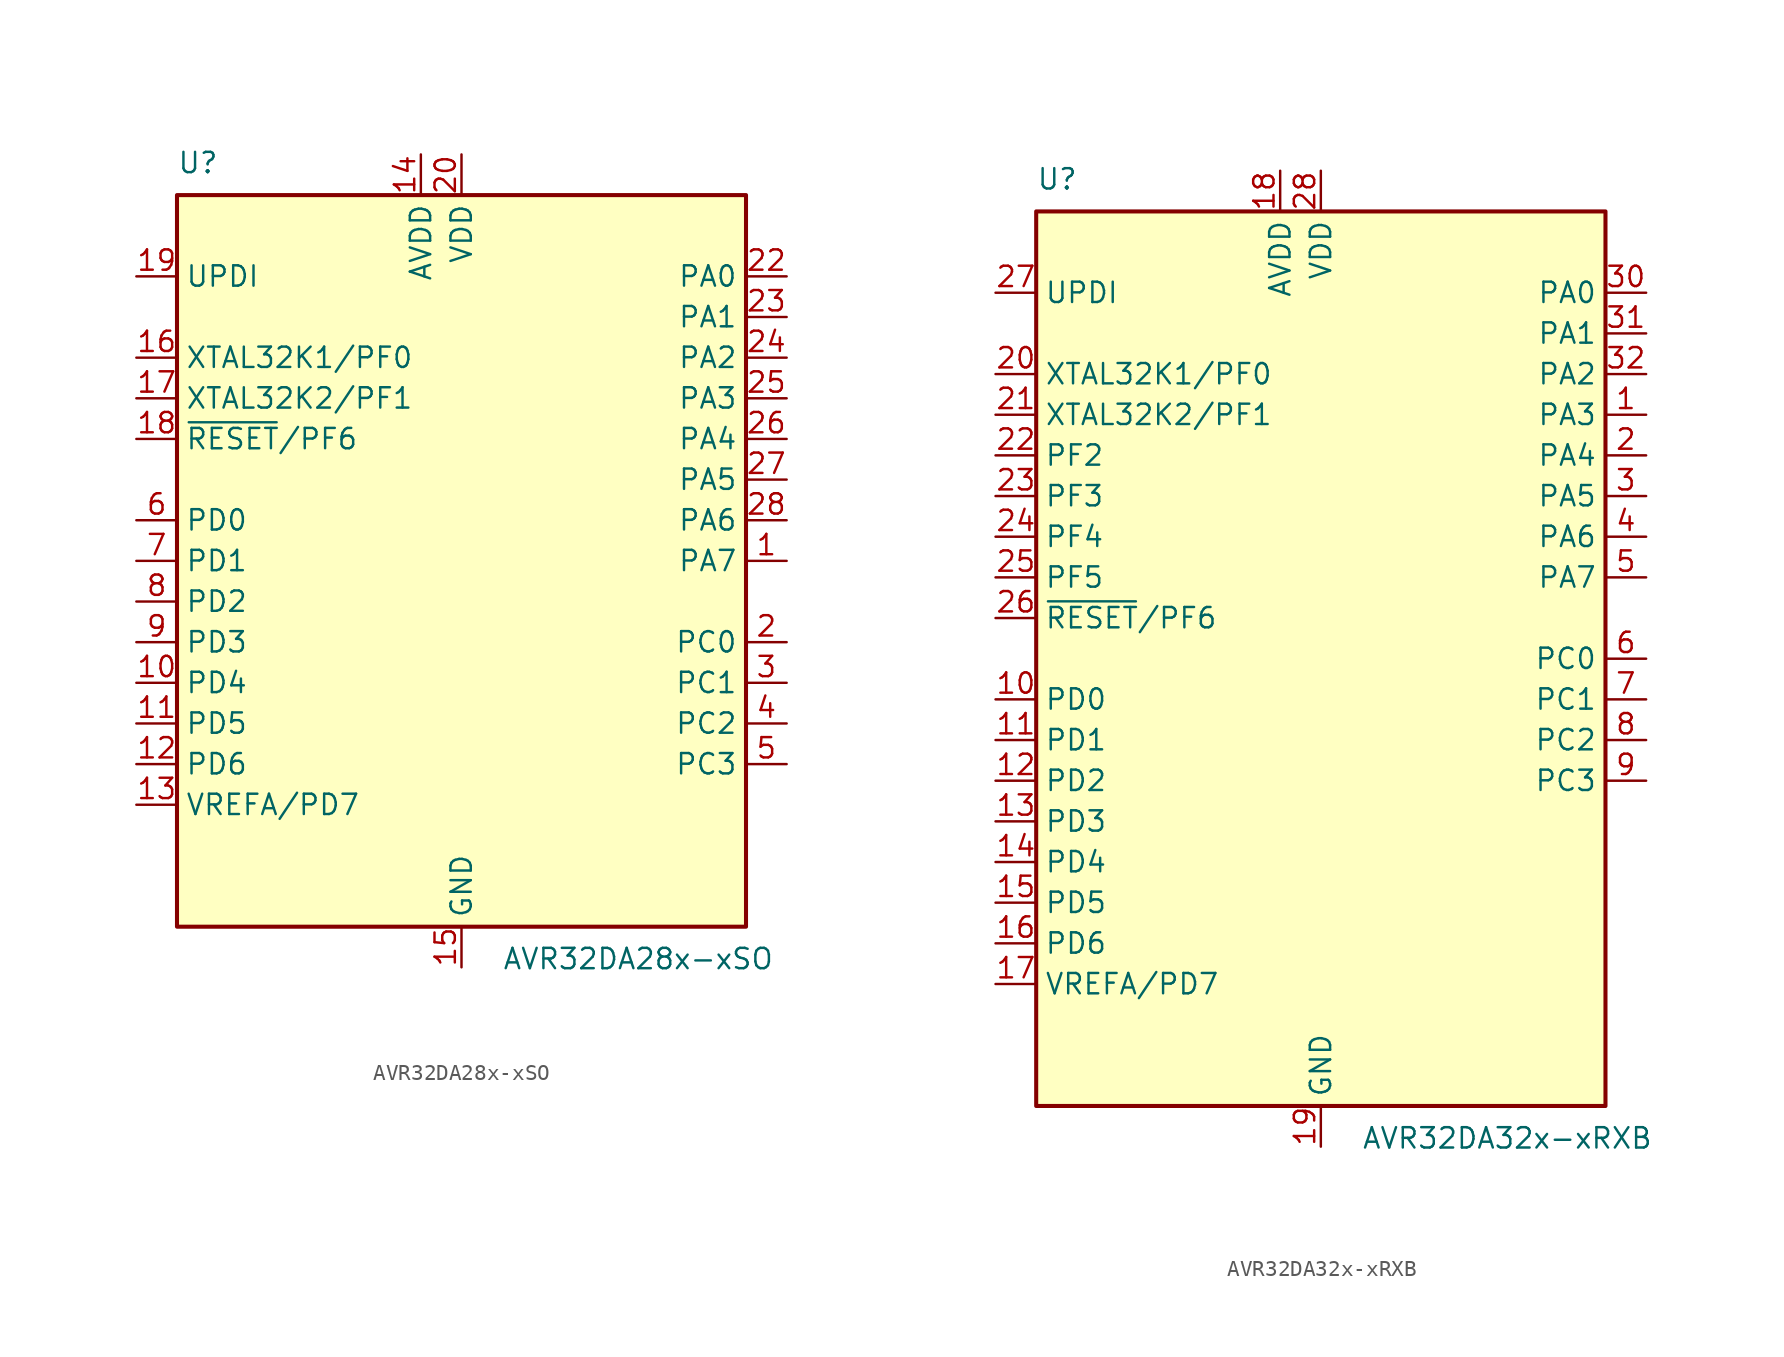
<source format=kicad_sym>
(kicad_symbol_lib
  (version 20241209)
  (generator "kicad_symbol_editor")
  (generator_version "9.0")
  (symbol "AVR32DA28x-xSO"
    (property "Reference" "U"
      (at -17.78 24.13 0)
      (effects (font (size 1.27 1.27)) (justify left bottom)))
    (property "Value" "AVR32DA28x-xSO"
      (at 2.54 -24.13 0)
      (effects (font (size 1.27 1.27)) (justify left top)))
    (symbol "AVR32DA28x-xSO_0_1"
      (rectangle (start -17.78 22.86) (end 17.78 -22.86) (stroke (width 0.254) (type default)) (fill (type background))))
    (symbol "AVR32DA28x-xSO_1_1"
      (pin input line (at -20.32 17.78 0) (length 2.54) (name "UPDI" (effects (font (size 1.27 1.27)))) (number "19" (effects (font (size 1.27 1.27)))))
      (pin bidirectional line (at -20.32 12.7 0) (length 2.54) (name "XTAL32K1/PF0" (effects (font (size 1.27 1.27)))) (number "16" (effects (font (size 1.27 1.27)))))
      (pin bidirectional line (at -20.32 10.16 0) (length 2.54) (name "XTAL32K2/PF1" (effects (font (size 1.27 1.27)))) (number "17" (effects (font (size 1.27 1.27)))))
      (pin bidirectional line (at -20.32 7.62 0) (length 2.54) (name "~{RESET}/PF6" (effects (font (size 1.27 1.27)))) (number "18" (effects (font (size 1.27 1.27)))))
      (pin bidirectional line (at -20.32 2.54 0) (length 2.54) (name "PD0" (effects (font (size 1.27 1.27)))) (number "6" (effects (font (size 1.27 1.27)))))
      (pin bidirectional line (at -20.32 0 0) (length 2.54) (name "PD1" (effects (font (size 1.27 1.27)))) (number "7" (effects (font (size 1.27 1.27)))))
      (pin bidirectional line (at -20.32 -2.54 0) (length 2.54) (name "PD2" (effects (font (size 1.27 1.27)))) (number "8" (effects (font (size 1.27 1.27)))))
      (pin bidirectional line (at -20.32 -5.08 0) (length 2.54) (name "PD3" (effects (font (size 1.27 1.27)))) (number "9" (effects (font (size 1.27 1.27)))))
      (pin bidirectional line (at -20.32 -7.62 0) (length 2.54) (name "PD4" (effects (font (size 1.27 1.27)))) (number "10" (effects (font (size 1.27 1.27)))))
      (pin bidirectional line (at -20.32 -10.16 0) (length 2.54) (name "PD5" (effects (font (size 1.27 1.27)))) (number "11" (effects (font (size 1.27 1.27)))))
      (pin bidirectional line (at -20.32 -12.7 0) (length 2.54) (name "PD6" (effects (font (size 1.27 1.27)))) (number "12" (effects (font (size 1.27 1.27)))))
      (pin bidirectional line (at -20.32 -15.24 0) (length 2.54) (name "VREFA/PD7" (effects (font (size 1.27 1.27)))) (number "13" (effects (font (size 1.27 1.27)))))
      (pin power_in line (at -2.54 25.4 270) (length 2.54) (name "AVDD" (effects (font (size 1.27 1.27)))) (number "14" (effects (font (size 1.27 1.27)))))
      (pin power_in line (at 0 25.4 270) (length 2.54) (name "VDD" (effects (font (size 1.27 1.27)))) (number "20" (effects (font (size 1.27 1.27)))))
      (pin power_in line (at 0 -25.4 90) (length 2.54) (name "GND" (effects (font (size 1.27 1.27)))) (number "15" (effects (font (size 1.27 1.27)))))
      (pin passive line (at 0 -25.4 90) (length 2.54) (hide yes) (name "GND" (effects (font (size 1.27 1.27)))) (number "21" (effects (font (size 1.27 1.27)))))
      (pin bidirectional line (at 20.32 17.78 180) (length 2.54) (name "PA0" (effects (font (size 1.27 1.27)))) (number "22" (effects (font (size 1.27 1.27)))))
      (pin bidirectional line (at 20.32 15.24 180) (length 2.54) (name "PA1" (effects (font (size 1.27 1.27)))) (number "23" (effects (font (size 1.27 1.27)))))
      (pin bidirectional line (at 20.32 12.7 180) (length 2.54) (name "PA2" (effects (font (size 1.27 1.27)))) (number "24" (effects (font (size 1.27 1.27)))))
      (pin bidirectional line (at 20.32 10.16 180) (length 2.54) (name "PA3" (effects (font (size 1.27 1.27)))) (number "25" (effects (font (size 1.27 1.27)))))
      (pin bidirectional line (at 20.32 7.62 180) (length 2.54) (name "PA4" (effects (font (size 1.27 1.27)))) (number "26" (effects (font (size 1.27 1.27)))))
      (pin bidirectional line (at 20.32 5.08 180) (length 2.54) (name "PA5" (effects (font (size 1.27 1.27)))) (number "27" (effects (font (size 1.27 1.27)))))
      (pin bidirectional line (at 20.32 2.54 180) (length 2.54) (name "PA6" (effects (font (size 1.27 1.27)))) (number "28" (effects (font (size 1.27 1.27)))))
      (pin bidirectional line (at 20.32 0 180) (length 2.54) (name "PA7" (effects (font (size 1.27 1.27)))) (number "1" (effects (font (size 1.27 1.27)))))
      (pin bidirectional line (at 20.32 -5.08 180) (length 2.54) (name "PC0" (effects (font (size 1.27 1.27)))) (number "2" (effects (font (size 1.27 1.27)))))
      (pin bidirectional line (at 20.32 -7.62 180) (length 2.54) (name "PC1" (effects (font (size 1.27 1.27)))) (number "3" (effects (font (size 1.27 1.27)))))
      (pin bidirectional line (at 20.32 -10.16 180) (length 2.54) (name "PC2" (effects (font (size 1.27 1.27)))) (number "4" (effects (font (size 1.27 1.27)))))
      (pin bidirectional line (at 20.32 -12.7 180) (length 2.54) (name "PC3" (effects (font (size 1.27 1.27)))) (number "5" (effects (font (size 1.27 1.27)))))))
  (symbol "AVR32DA32x-xRXB"
    (property "Reference" "U"
      (at -17.78 29.21 0)
      (effects (font (size 1.27 1.27)) (justify left bottom)))
    (property "Value" "AVR32DA32x-xRXB"
      (at 2.54 -29.21 0)
      (effects (font (size 1.27 1.27)) (justify left top)))
    (symbol "AVR32DA32x-xRXB_0_1"
      (rectangle (start -17.78 27.94) (end 17.78 -27.94) (stroke (width 0.254) (type default)) (fill (type background))))
    (symbol "AVR32DA32x-xRXB_1_1"
      (pin input line (at -20.32 22.86 0) (length 2.54) (name "UPDI" (effects (font (size 1.27 1.27)))) (number "27" (effects (font (size 1.27 1.27)))))
      (pin bidirectional line (at -20.32 17.78 0) (length 2.54) (name "XTAL32K1/PF0" (effects (font (size 1.27 1.27)))) (number "20" (effects (font (size 1.27 1.27)))))
      (pin bidirectional line (at -20.32 15.24 0) (length 2.54) (name "XTAL32K2/PF1" (effects (font (size 1.27 1.27)))) (number "21" (effects (font (size 1.27 1.27)))))
      (pin bidirectional line (at -20.32 12.7 0) (length 2.54) (name "PF2" (effects (font (size 1.27 1.27)))) (number "22" (effects (font (size 1.27 1.27)))))
      (pin bidirectional line (at -20.32 10.16 0) (length 2.54) (name "PF3" (effects (font (size 1.27 1.27)))) (number "23" (effects (font (size 1.27 1.27)))))
      (pin bidirectional line (at -20.32 7.62 0) (length 2.54) (name "PF4" (effects (font (size 1.27 1.27)))) (number "24" (effects (font (size 1.27 1.27)))))
      (pin bidirectional line (at -20.32 5.08 0) (length 2.54) (name "PF5" (effects (font (size 1.27 1.27)))) (number "25" (effects (font (size 1.27 1.27)))))
      (pin bidirectional line (at -20.32 2.54 0) (length 2.54) (name "~{RESET}/PF6" (effects (font (size 1.27 1.27)))) (number "26" (effects (font (size 1.27 1.27)))))
      (pin bidirectional line (at -20.32 -2.54 0) (length 2.54) (name "PD0" (effects (font (size 1.27 1.27)))) (number "10" (effects (font (size 1.27 1.27)))))
      (pin bidirectional line (at -20.32 -5.08 0) (length 2.54) (name "PD1" (effects (font (size 1.27 1.27)))) (number "11" (effects (font (size 1.27 1.27)))))
      (pin bidirectional line (at -20.32 -7.62 0) (length 2.54) (name "PD2" (effects (font (size 1.27 1.27)))) (number "12" (effects (font (size 1.27 1.27)))))
      (pin bidirectional line (at -20.32 -10.16 0) (length 2.54) (name "PD3" (effects (font (size 1.27 1.27)))) (number "13" (effects (font (size 1.27 1.27)))))
      (pin bidirectional line (at -20.32 -12.7 0) (length 2.54) (name "PD4" (effects (font (size 1.27 1.27)))) (number "14" (effects (font (size 1.27 1.27)))))
      (pin bidirectional line (at -20.32 -15.24 0) (length 2.54) (name "PD5" (effects (font (size 1.27 1.27)))) (number "15" (effects (font (size 1.27 1.27)))))
      (pin bidirectional line (at -20.32 -17.78 0) (length 2.54) (name "PD6" (effects (font (size 1.27 1.27)))) (number "16" (effects (font (size 1.27 1.27)))))
      (pin bidirectional line (at -20.32 -20.32 0) (length 2.54) (name "VREFA/PD7" (effects (font (size 1.27 1.27)))) (number "17" (effects (font (size 1.27 1.27)))))
      (pin power_in line (at -2.54 30.48 270) (length 2.54) (name "AVDD" (effects (font (size 1.27 1.27)))) (number "18" (effects (font (size 1.27 1.27)))))
      (pin power_in line (at 0 30.48 270) (length 2.54) (name "VDD" (effects (font (size 1.27 1.27)))) (number "28" (effects (font (size 1.27 1.27)))))
      (pin power_in line (at 0 -30.48 90) (length 2.54) (name "GND" (effects (font (size 1.27 1.27)))) (number "19" (effects (font (size 1.27 1.27)))))
      (pin passive line (at 0 -30.48 90) (length 2.54) (hide yes) (name "GND" (effects (font (size 1.27 1.27)))) (number "29" (effects (font (size 1.27 1.27)))))
      (pin passive line (at 0 -30.48 90) (length 2.54) (hide yes) (name "GND" (effects (font (size 1.27 1.27)))) (number "33" (effects (font (size 1.27 1.27)))))
      (pin bidirectional line (at 20.32 22.86 180) (length 2.54) (name "PA0" (effects (font (size 1.27 1.27)))) (number "30" (effects (font (size 1.27 1.27)))))
      (pin bidirectional line (at 20.32 20.32 180) (length 2.54) (name "PA1" (effects (font (size 1.27 1.27)))) (number "31" (effects (font (size 1.27 1.27)))))
      (pin bidirectional line (at 20.32 17.78 180) (length 2.54) (name "PA2" (effects (font (size 1.27 1.27)))) (number "32" (effects (font (size 1.27 1.27)))))
      (pin bidirectional line (at 20.32 15.24 180) (length 2.54) (name "PA3" (effects (font (size 1.27 1.27)))) (number "1" (effects (font (size 1.27 1.27)))))
      (pin bidirectional line (at 20.32 12.7 180) (length 2.54) (name "PA4" (effects (font (size 1.27 1.27)))) (number "2" (effects (font (size 1.27 1.27)))))
      (pin bidirectional line (at 20.32 10.16 180) (length 2.54) (name "PA5" (effects (font (size 1.27 1.27)))) (number "3" (effects (font (size 1.27 1.27)))))
      (pin bidirectional line (at 20.32 7.62 180) (length 2.54) (name "PA6" (effects (font (size 1.27 1.27)))) (number "4" (effects (font (size 1.27 1.27)))))
      (pin bidirectional line (at 20.32 5.08 180) (length 2.54) (name "PA7" (effects (font (size 1.27 1.27)))) (number "5" (effects (font (size 1.27 1.27)))))
      (pin bidirectional line (at 20.32 0 180) (length 2.54) (name "PC0" (effects (font (size 1.27 1.27)))) (number "6" (effects (font (size 1.27 1.27)))))
      (pin bidirectional line (at 20.32 -2.54 180) (length 2.54) (name "PC1" (effects (font (size 1.27 1.27)))) (number "7" (effects (font (size 1.27 1.27)))))
      (pin bidirectional line (at 20.32 -5.08 180) (length 2.54) (name "PC2" (effects (font (size 1.27 1.27)))) (number "8" (effects (font (size 1.27 1.27)))))
      (pin bidirectional line (at 20.32 -7.62 180) (length 2.54) (name "PC3" (effects (font (size 1.27 1.27)))) (number "9" (effects (font (size 1.27 1.27))))))))
</source>
